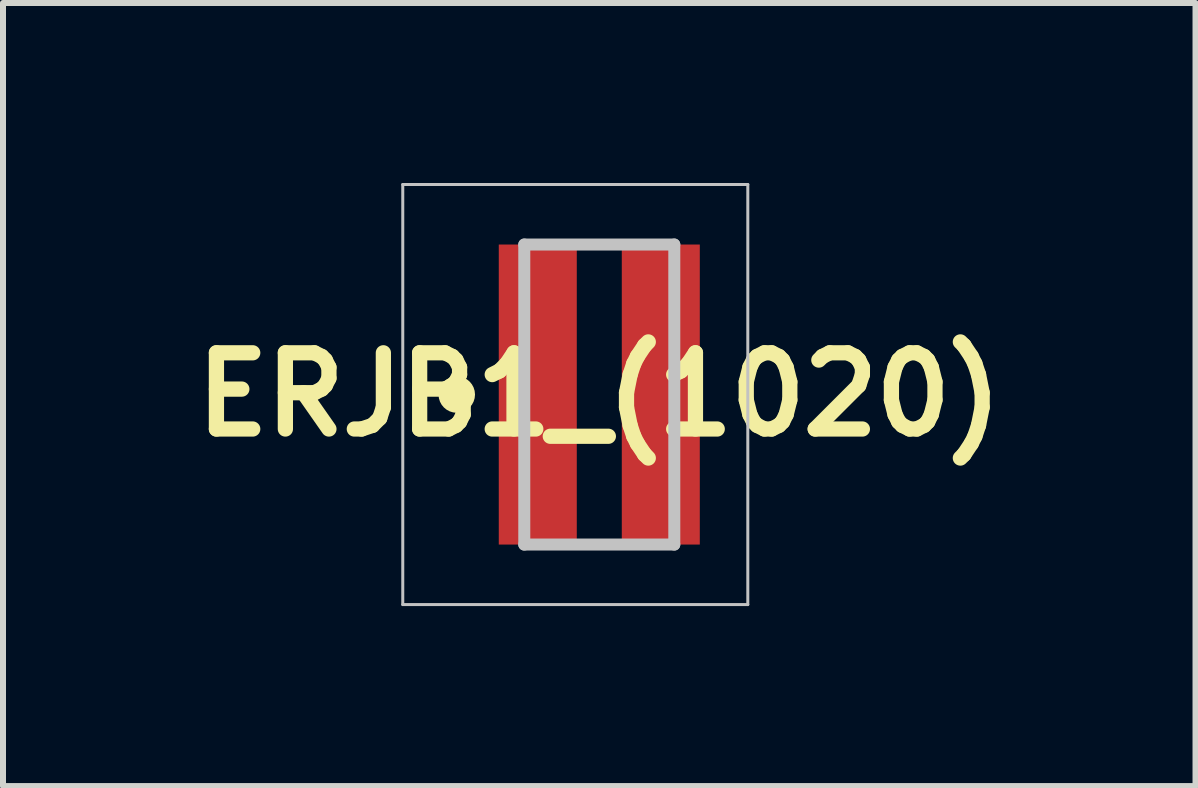
<source format=kicad_pcb>
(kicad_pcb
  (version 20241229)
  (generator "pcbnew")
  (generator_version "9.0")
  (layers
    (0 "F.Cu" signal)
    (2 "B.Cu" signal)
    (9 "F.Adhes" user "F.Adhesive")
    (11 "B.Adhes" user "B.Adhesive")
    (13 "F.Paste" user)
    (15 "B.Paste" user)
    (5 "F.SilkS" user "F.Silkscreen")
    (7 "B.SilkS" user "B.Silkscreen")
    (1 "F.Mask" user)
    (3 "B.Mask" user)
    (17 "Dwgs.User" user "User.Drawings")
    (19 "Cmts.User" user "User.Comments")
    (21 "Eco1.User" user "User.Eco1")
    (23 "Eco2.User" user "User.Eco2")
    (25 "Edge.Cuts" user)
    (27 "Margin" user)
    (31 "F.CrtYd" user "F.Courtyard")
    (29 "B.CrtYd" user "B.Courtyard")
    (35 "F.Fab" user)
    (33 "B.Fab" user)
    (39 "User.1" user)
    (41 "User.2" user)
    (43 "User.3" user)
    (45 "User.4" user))
  (footprint "ERJB1_(1020)"
    (layer "F.Cu")
    (at 6.937 3.525)
    (property "Reference" "ERJB1_(1020)" (at 0 0 0) (unlocked yes) (layer "F.SilkS") (effects (font (size 1.27 1.27) (thickness 0.254))))
    (attr smd)
    (fp_circle (center -2.375 0) (end -2.425 0) (stroke (width 0.254) (type solid)) (fill no) (layer "F.SilkS"))
    (fp_line (start -3.275 -3.5) (end 2.475 -3.5) (stroke (width 0.05) (type solid)) (layer "Dwgs.User"))
    (fp_line (start -3.275 3.5) (end -3.275 -3.5) (stroke (width 0.05) (type solid)) (layer "Dwgs.User"))
    (fp_line (start -1.25 -2.5) (end 1.25 -2.5) (stroke (width 0.2) (type solid)) (layer "Dwgs.User"))
    (fp_line (start -1.25 2.5) (end -1.25 -2.5) (stroke (width 0.2) (type solid)) (layer "Dwgs.User"))
    (fp_line (start 1.25 -2.5) (end 1.25 2.5) (stroke (width 0.2) (type solid)) (layer "Dwgs.User"))
    (fp_line (start 1.25 2.5) (end -1.25 2.5) (stroke (width 0.2) (type solid)) (layer "Dwgs.User"))
    (fp_line (start 2.475 -3.5) (end 2.475 3.5) (stroke (width 0.05) (type solid)) (layer "Dwgs.User"))
    (fp_line (start 2.475 3.5) (end -3.275 3.5) (stroke (width 0.05) (type solid)) (layer "Dwgs.User"))
    (pad "1" smd rect (at -1.025 0) (size 1.3 5) (layers "F.Cu" "F.Mask" "F.Paste"))
    (pad "2" smd rect (at 1.025 0) (size 1.3 5) (layers "F.Cu" "F.Mask" "F.Paste")))
  (gr_rect
    (start -3 -3)
    (end 16.873 10.05)
    (stroke (width 0.1) (type default))
    (fill no)
    (layer "Edge.Cuts")))
</source>
